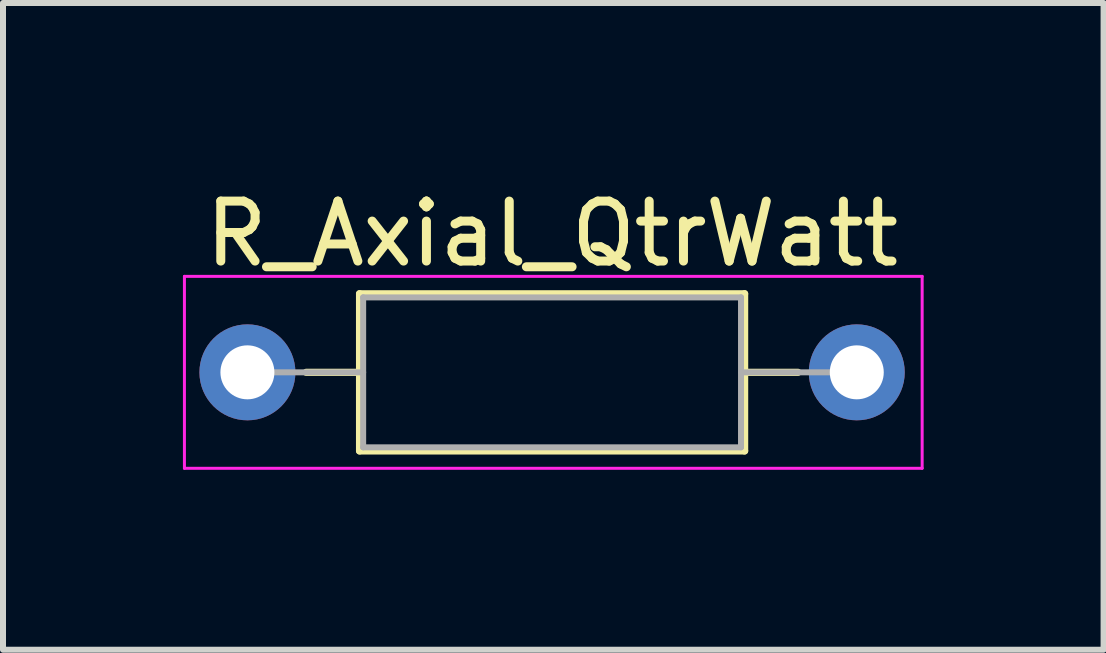
<source format=kicad_pcb>
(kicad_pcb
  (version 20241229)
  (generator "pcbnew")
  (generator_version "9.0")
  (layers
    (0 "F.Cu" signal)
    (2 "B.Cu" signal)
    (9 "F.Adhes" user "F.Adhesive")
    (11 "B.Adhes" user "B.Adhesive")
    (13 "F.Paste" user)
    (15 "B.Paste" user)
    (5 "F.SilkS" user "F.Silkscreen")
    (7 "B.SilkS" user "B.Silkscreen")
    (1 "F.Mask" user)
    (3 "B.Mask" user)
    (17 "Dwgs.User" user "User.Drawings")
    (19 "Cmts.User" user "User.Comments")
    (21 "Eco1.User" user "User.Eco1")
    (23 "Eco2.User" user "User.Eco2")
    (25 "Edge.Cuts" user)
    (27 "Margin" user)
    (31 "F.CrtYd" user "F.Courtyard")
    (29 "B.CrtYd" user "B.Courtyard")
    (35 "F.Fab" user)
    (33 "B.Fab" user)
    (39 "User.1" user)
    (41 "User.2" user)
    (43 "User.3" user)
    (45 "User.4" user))
  (footprint "R_Axial_QtrWatt"
    (layer "F.Cu")
    (at 1.075 3.158)
    (property "Reference" "R_Axial_QtrWatt" (at 5.08 -2.31 0) (layer "F.SilkS") (effects (font (size 1 1) (thickness 0.15))))
    (attr through_hole)
    (fp_line (start 0.98 0) (end 1.87 0) (stroke (width 0.12) (type solid)) (layer "F.SilkS"))
    (fp_line (start 1.87 -1.31) (end 1.87 1.31) (stroke (width 0.12) (type solid)) (layer "F.SilkS"))
    (fp_line (start 1.87 1.31) (end 8.29 1.31) (stroke (width 0.12) (type solid)) (layer "F.SilkS"))
    (fp_line (start 8.29 -1.31) (end 1.87 -1.31) (stroke (width 0.12) (type solid)) (layer "F.SilkS"))
    (fp_line (start 8.29 1.31) (end 8.29 -1.31) (stroke (width 0.12) (type solid)) (layer "F.SilkS"))
    (fp_line (start 9.18 0) (end 8.29 0) (stroke (width 0.12) (type solid)) (layer "F.SilkS"))
    (fp_line (start -1.05 -1.6) (end -1.05 1.6) (stroke (width 0.05) (type solid)) (layer "F.CrtYd"))
    (fp_line (start -1.05 1.6) (end 11.25 1.6) (stroke (width 0.05) (type solid)) (layer "F.CrtYd"))
    (fp_line (start 11.25 -1.6) (end -1.05 -1.6) (stroke (width 0.05) (type solid)) (layer "F.CrtYd"))
    (fp_line (start 11.25 1.6) (end 11.25 -1.6) (stroke (width 0.05) (type solid)) (layer "F.CrtYd"))
    (fp_line (start 0 0) (end 1.93 0) (stroke (width 0.1) (type solid)) (layer "F.Fab"))
    (fp_line (start 1.93 -1.25) (end 1.93 1.25) (stroke (width 0.1) (type solid)) (layer "F.Fab"))
    (fp_line (start 1.93 1.25) (end 8.23 1.25) (stroke (width 0.1) (type solid)) (layer "F.Fab"))
    (fp_line (start 8.23 -1.25) (end 1.93 -1.25) (stroke (width 0.1) (type solid)) (layer "F.Fab"))
    (fp_line (start 8.23 1.25) (end 8.23 -1.25) (stroke (width 0.1) (type solid)) (layer "F.Fab"))
    (fp_line (start 10.16 0) (end 8.23 0) (stroke (width 0.1) (type solid)) (layer "F.Fab"))
    (pad "1" thru_hole circle (at 0 0) (size 1.6 1.6) (drill 0.9) (layers "*.Cu" "*.Mask"))
    (pad "2" thru_hole oval (at 10.16 0) (size 1.6 1.6) (drill 0.9) (layers "*.Cu" "*.Mask")))
  (gr_rect
    (start -3 -3)
    (end 15.35 7.783)
    (stroke (width 0.1) (type default))
    (fill no)
    (layer "Edge.Cuts")))
</source>
